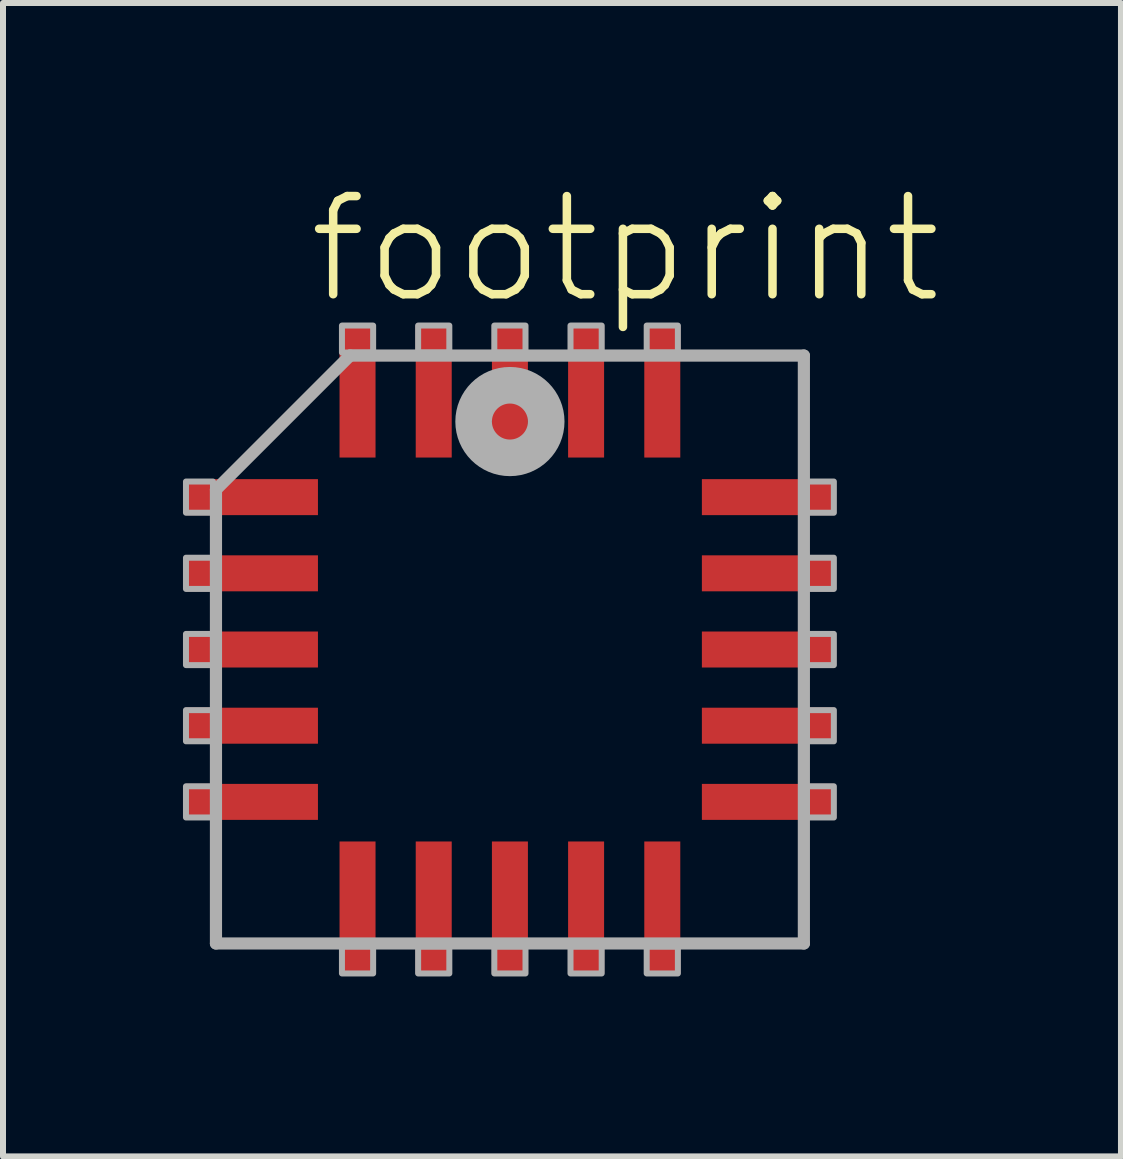
<source format=kicad_pcb>
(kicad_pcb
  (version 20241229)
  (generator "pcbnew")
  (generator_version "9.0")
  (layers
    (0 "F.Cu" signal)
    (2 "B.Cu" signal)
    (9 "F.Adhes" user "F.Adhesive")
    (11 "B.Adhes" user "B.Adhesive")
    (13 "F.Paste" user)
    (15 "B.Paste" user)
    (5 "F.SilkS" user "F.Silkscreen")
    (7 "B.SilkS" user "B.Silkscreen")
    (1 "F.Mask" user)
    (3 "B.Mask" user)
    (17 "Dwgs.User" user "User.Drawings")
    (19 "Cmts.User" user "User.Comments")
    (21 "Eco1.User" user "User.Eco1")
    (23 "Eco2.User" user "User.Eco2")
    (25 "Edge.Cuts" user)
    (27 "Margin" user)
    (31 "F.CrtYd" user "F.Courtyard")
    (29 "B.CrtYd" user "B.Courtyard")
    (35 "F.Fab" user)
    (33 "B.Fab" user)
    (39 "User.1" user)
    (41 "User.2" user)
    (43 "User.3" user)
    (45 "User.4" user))
  (footprint "footprint"
    (layer "F.Cu")
    (at 5.45 7.777)
    (property "Reference" "footprint" (at -3.429 -5.715 0) (layer "F.SilkS") (effects (font (size 1.636 1.636) (thickness 0.142)) (justify left bottom)))
    (fp_line (start -4.9 -2.665) (end -4.9 4.9) (stroke (width 0.203) (type solid)) (layer "F.Fab"))
    (fp_line (start -4.9 4.9) (end 4.9 4.9) (stroke (width 0.203) (type solid)) (layer "F.Fab"))
    (fp_line (start -2.665 -4.9) (end -4.9 -2.665) (stroke (width 0.203) (type solid)) (layer "F.Fab"))
    (fp_line (start 4.9 -4.9) (end -2.665 -4.9) (stroke (width 0.203) (type solid)) (layer "F.Fab"))
    (fp_line (start 4.9 4.9) (end 4.9 -4.9) (stroke (width 0.203) (type solid)) (layer "F.Fab"))
    (fp_circle (center 0 -3.8) (end 0.3 -3.8) (stroke (width 0.61) (type solid)) (fill no) (layer "F.Fab"))
    (fp_poly (pts (xy -5.4 -2.28) (xy -4.95 -2.28) (xy -4.95 -2.8) (xy -5.4 -2.8)) (stroke (width 0.1) (type solid)) (fill no) (layer "F.Fab"))
    (fp_poly (pts (xy -5.4 -1.01) (xy -4.95 -1.01) (xy -4.95 -1.53) (xy -5.4 -1.53)) (stroke (width 0.1) (type solid)) (fill no) (layer "F.Fab"))
    (fp_poly (pts (xy -5.4 0.26) (xy -4.95 0.26) (xy -4.95 -0.26) (xy -5.4 -0.26)) (stroke (width 0.1) (type solid)) (fill no) (layer "F.Fab"))
    (fp_poly (pts (xy -5.4 1.53) (xy -4.95 1.53) (xy -4.95 1.01) (xy -5.4 1.01)) (stroke (width 0.1) (type solid)) (fill no) (layer "F.Fab"))
    (fp_poly (pts (xy -5.4 2.8) (xy -4.95 2.8) (xy -4.95 2.28) (xy -5.4 2.28)) (stroke (width 0.1) (type solid)) (fill no) (layer "F.Fab"))
    (fp_poly (pts (xy -2.8 -4.95) (xy -2.28 -4.95) (xy -2.28 -5.4) (xy -2.8 -5.4)) (stroke (width 0.1) (type solid)) (fill no) (layer "F.Fab"))
    (fp_poly (pts (xy -2.8 5.4) (xy -2.28 5.4) (xy -2.28 4.95) (xy -2.8 4.95)) (stroke (width 0.1) (type solid)) (fill no) (layer "F.Fab"))
    (fp_poly (pts (xy -1.53 -4.95) (xy -1.01 -4.95) (xy -1.01 -5.4) (xy -1.53 -5.4)) (stroke (width 0.1) (type solid)) (fill no) (layer "F.Fab"))
    (fp_poly (pts (xy -1.53 5.4) (xy -1.01 5.4) (xy -1.01 4.95) (xy -1.53 4.95)) (stroke (width 0.1) (type solid)) (fill no) (layer "F.Fab"))
    (fp_poly (pts (xy -0.26 -4.95) (xy 0.26 -4.95) (xy 0.26 -5.4) (xy -0.26 -5.4)) (stroke (width 0.1) (type solid)) (fill no) (layer "F.Fab"))
    (fp_poly (pts (xy -0.26 5.4) (xy 0.26 5.4) (xy 0.26 4.95) (xy -0.26 4.95)) (stroke (width 0.1) (type solid)) (fill no) (layer "F.Fab"))
    (fp_poly (pts (xy 1.01 -4.95) (xy 1.53 -4.95) (xy 1.53 -5.4) (xy 1.01 -5.4)) (stroke (width 0.1) (type solid)) (fill no) (layer "F.Fab"))
    (fp_poly (pts (xy 1.01 5.4) (xy 1.53 5.4) (xy 1.53 4.95) (xy 1.01 4.95)) (stroke (width 0.1) (type solid)) (fill no) (layer "F.Fab"))
    (fp_poly (pts (xy 2.28 -4.95) (xy 2.8 -4.95) (xy 2.8 -5.4) (xy 2.28 -5.4)) (stroke (width 0.1) (type solid)) (fill no) (layer "F.Fab"))
    (fp_poly (pts (xy 2.28 5.4) (xy 2.8 5.4) (xy 2.8 4.95) (xy 2.28 4.95)) (stroke (width 0.1) (type solid)) (fill no) (layer "F.Fab"))
    (fp_poly (pts (xy 4.95 -2.28) (xy 5.4 -2.28) (xy 5.4 -2.8) (xy 4.95 -2.8)) (stroke (width 0.1) (type solid)) (fill no) (layer "F.Fab"))
    (fp_poly (pts (xy 4.95 -1.01) (xy 5.4 -1.01) (xy 5.4 -1.53) (xy 4.95 -1.53)) (stroke (width 0.1) (type solid)) (fill no) (layer "F.Fab"))
    (fp_poly (pts (xy 4.95 0.26) (xy 5.4 0.26) (xy 5.4 -0.26) (xy 4.95 -0.26)) (stroke (width 0.1) (type solid)) (fill no) (layer "F.Fab"))
    (fp_poly (pts (xy 4.95 1.53) (xy 5.4 1.53) (xy 5.4 1.01) (xy 4.95 1.01)) (stroke (width 0.1) (type solid)) (fill no) (layer "F.Fab"))
    (fp_poly (pts (xy 4.95 2.8) (xy 5.4 2.8) (xy 5.4 2.28) (xy 4.95 2.28)) (stroke (width 0.1) (type solid)) (fill no) (layer "F.Fab"))
    (pad "1" smd rect (at 0 -4.3) (size 0.6 2.2) (layers "F.Cu" "F.Mask" "F.Paste"))
    (pad "2" smd rect (at -1.27 -4.3) (size 0.6 2.2) (layers "F.Cu" "F.Mask" "F.Paste"))
    (pad "3" smd rect (at -2.54 -4.3) (size 0.6 2.2) (layers "F.Cu" "F.Mask" "F.Paste"))
    (pad "4" smd rect (at -4.3 -2.54) (size 2.2 0.6) (layers "F.Cu" "F.Mask" "F.Paste"))
    (pad "5" smd rect (at -4.3 -1.27) (size 2.2 0.6) (layers "F.Cu" "F.Mask" "F.Paste"))
    (pad "6" smd rect (at -4.3 0) (size 2.2 0.6) (layers "F.Cu" "F.Mask" "F.Paste"))
    (pad "7" smd rect (at -4.3 1.27) (size 2.2 0.6) (layers "F.Cu" "F.Mask" "F.Paste"))
    (pad "8" smd rect (at -4.3 2.54) (size 2.2 0.6) (layers "F.Cu" "F.Mask" "F.Paste"))
    (pad "9" smd rect (at -2.54 4.3) (size 0.6 2.2) (layers "F.Cu" "F.Mask" "F.Paste"))
    (pad "10" smd rect (at -1.27 4.3) (size 0.6 2.2) (layers "F.Cu" "F.Mask" "F.Paste"))
    (pad "11" smd rect (at 0 4.3) (size 0.6 2.2) (layers "F.Cu" "F.Mask" "F.Paste"))
    (pad "12" smd rect (at 1.27 4.3) (size 0.6 2.2) (layers "F.Cu" "F.Mask" "F.Paste"))
    (pad "13" smd rect (at 2.54 4.3) (size 0.6 2.2) (layers "F.Cu" "F.Mask" "F.Paste"))
    (pad "14" smd rect (at 4.3 2.54) (size 2.2 0.6) (layers "F.Cu" "F.Mask" "F.Paste"))
    (pad "15" smd rect (at 4.3 1.27) (size 2.2 0.6) (layers "F.Cu" "F.Mask" "F.Paste"))
    (pad "16" smd rect (at 4.3 0) (size 2.2 0.6) (layers "F.Cu" "F.Mask" "F.Paste"))
    (pad "17" smd rect (at 4.3 -1.27) (size 2.2 0.6) (layers "F.Cu" "F.Mask" "F.Paste"))
    (pad "18" smd rect (at 4.3 -2.54) (size 2.2 0.6) (layers "F.Cu" "F.Mask" "F.Paste"))
    (pad "19" smd rect (at 2.54 -4.3) (size 0.6 2.2) (layers "F.Cu" "F.Mask" "F.Paste"))
    (pad "20" smd rect (at 1.27 -4.3) (size 0.6 2.2) (layers "F.Cu" "F.Mask" "F.Paste")))
  (gr_rect
    (start -3 -3)
    (end 15.636 16.227)
    (stroke (width 0.1) (type default))
    (fill no)
    (layer "Edge.Cuts")))
</source>
